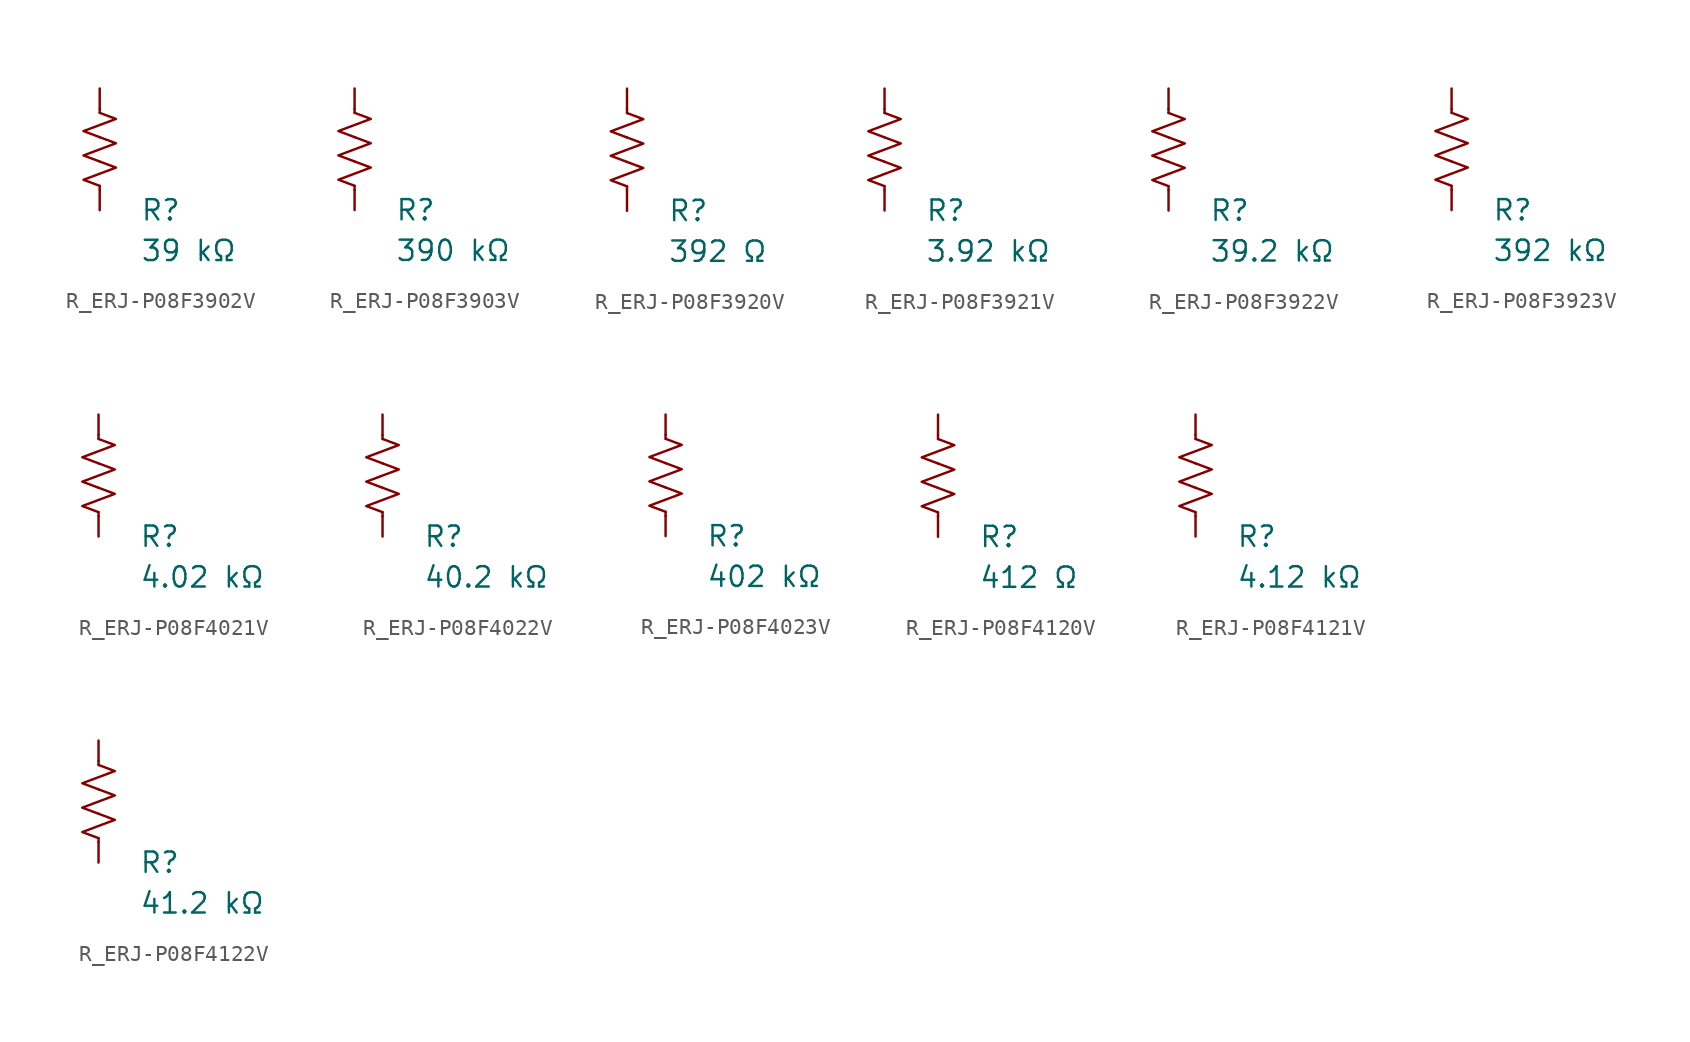
<source format=kicad_sym>
(kicad_symbol_lib
  (version 20231120)
  (generator "kicad_symbol_editor")
  (generator_version "8.0")
  (symbol "R_ERJ-P08F3902V"
    (pin_numbers hide)
    (pin_names
      (offset 0))
    (property "Reference" "R"
      (at 2.54 -3.81 0)
      (effects (font (size 1.27 1.27)) (justify left))
      (show_name no))
    (property "Value" "39 kΩ"
      (at 2.54 -6.35 0)
      (effects (font (size 1.27 1.27)) (justify left))
      (show_name no))
    (symbol "R_ERJ-P08F3902V_0_1"
      (polyline (pts (xy 0 -2.286) (xy 0 -2.54)) (stroke (width 0) (type default)) (fill (type none)))
      (polyline (pts (xy 0 2.286) (xy 0 2.54)) (stroke (width 0) (type default)) (fill (type none)))
      (polyline (pts (xy 0 -0.762) (xy 1.016 -1.143) (xy 0 -1.524) (xy -1.016 -1.905) (xy 0 -2.286)) (stroke (width 0) (type default)) (fill (type none)))
      (polyline (pts (xy 0 0.762) (xy 1.016 0.381) (xy 0 0) (xy -1.016 -0.381) (xy 0 -0.762)) (stroke (width 0) (type default)) (fill (type none)))
      (polyline (pts (xy 0 2.286) (xy 1.016 1.905) (xy 0 1.524) (xy -1.016 1.143) (xy 0 0.762)) (stroke (width 0) (type default)) (fill (type none))))
    (symbol "R_ERJ-P08F3902V_1_1"
      (pin passive line (at 0 3.81 270) (length 1.27) (name "~" (effects (font (size 1.27 1.27)))) (number "1" (effects (font (size 1.27 1.27)))))
      (pin passive line (at 0 -3.81 90) (length 1.27) (name "~" (effects (font (size 1.27 1.27)))) (number "2" (effects (font (size 1.27 1.27)))))))
  (symbol "R_ERJ-P08F3903V"
    (pin_numbers hide)
    (pin_names
      (offset 0))
    (property "Reference" "R"
      (at 2.54 -3.81 0)
      (effects (font (size 1.27 1.27)) (justify left))
      (show_name no))
    (property "Value" "390 kΩ"
      (at 2.54 -6.35 0)
      (effects (font (size 1.27 1.27)) (justify left))
      (show_name no))
    (symbol "R_ERJ-P08F3903V_0_1"
      (polyline (pts (xy 0 -2.286) (xy 0 -2.54)) (stroke (width 0) (type default)) (fill (type none)))
      (polyline (pts (xy 0 2.286) (xy 0 2.54)) (stroke (width 0) (type default)) (fill (type none)))
      (polyline (pts (xy 0 -0.762) (xy 1.016 -1.143) (xy 0 -1.524) (xy -1.016 -1.905) (xy 0 -2.286)) (stroke (width 0) (type default)) (fill (type none)))
      (polyline (pts (xy 0 0.762) (xy 1.016 0.381) (xy 0 0) (xy -1.016 -0.381) (xy 0 -0.762)) (stroke (width 0) (type default)) (fill (type none)))
      (polyline (pts (xy 0 2.286) (xy 1.016 1.905) (xy 0 1.524) (xy -1.016 1.143) (xy 0 0.762)) (stroke (width 0) (type default)) (fill (type none))))
    (symbol "R_ERJ-P08F3903V_1_1"
      (pin passive line (at 0 3.81 270) (length 1.27) (name "~" (effects (font (size 1.27 1.27)))) (number "1" (effects (font (size 1.27 1.27)))))
      (pin passive line (at 0 -3.81 90) (length 1.27) (name "~" (effects (font (size 1.27 1.27)))) (number "2" (effects (font (size 1.27 1.27)))))))
  (symbol "R_ERJ-P08F3920V"
    (pin_numbers hide)
    (pin_names
      (offset 0))
    (property "Reference" "R"
      (at 2.54 -3.81 0)
      (effects (font (size 1.27 1.27)) (justify left))
      (show_name no))
    (property "Value" "392 Ω"
      (at 2.54 -6.35 0)
      (effects (font (size 1.27 1.27)) (justify left))
      (show_name no))
    (symbol "R_ERJ-P08F3920V_0_1"
      (polyline (pts (xy 0 -2.286) (xy 0 -2.54)) (stroke (width 0) (type default)) (fill (type none)))
      (polyline (pts (xy 0 2.286) (xy 0 2.54)) (stroke (width 0) (type default)) (fill (type none)))
      (polyline (pts (xy 0 -0.762) (xy 1.016 -1.143) (xy 0 -1.524) (xy -1.016 -1.905) (xy 0 -2.286)) (stroke (width 0) (type default)) (fill (type none)))
      (polyline (pts (xy 0 0.762) (xy 1.016 0.381) (xy 0 0) (xy -1.016 -0.381) (xy 0 -0.762)) (stroke (width 0) (type default)) (fill (type none)))
      (polyline (pts (xy 0 2.286) (xy 1.016 1.905) (xy 0 1.524) (xy -1.016 1.143) (xy 0 0.762)) (stroke (width 0) (type default)) (fill (type none))))
    (symbol "R_ERJ-P08F3920V_1_1"
      (pin passive line (at 0 3.81 270) (length 1.27) (name "~" (effects (font (size 1.27 1.27)))) (number "1" (effects (font (size 1.27 1.27)))))
      (pin passive line (at 0 -3.81 90) (length 1.27) (name "~" (effects (font (size 1.27 1.27)))) (number "2" (effects (font (size 1.27 1.27)))))))
  (symbol "R_ERJ-P08F3921V"
    (pin_numbers hide)
    (pin_names
      (offset 0))
    (property "Reference" "R"
      (at 2.54 -3.81 0)
      (effects (font (size 1.27 1.27)) (justify left))
      (show_name no))
    (property "Value" "3.92 kΩ"
      (at 2.54 -6.35 0)
      (effects (font (size 1.27 1.27)) (justify left))
      (show_name no))
    (symbol "R_ERJ-P08F3921V_0_1"
      (polyline (pts (xy 0 -2.286) (xy 0 -2.54)) (stroke (width 0) (type default)) (fill (type none)))
      (polyline (pts (xy 0 2.286) (xy 0 2.54)) (stroke (width 0) (type default)) (fill (type none)))
      (polyline (pts (xy 0 -0.762) (xy 1.016 -1.143) (xy 0 -1.524) (xy -1.016 -1.905) (xy 0 -2.286)) (stroke (width 0) (type default)) (fill (type none)))
      (polyline (pts (xy 0 0.762) (xy 1.016 0.381) (xy 0 0) (xy -1.016 -0.381) (xy 0 -0.762)) (stroke (width 0) (type default)) (fill (type none)))
      (polyline (pts (xy 0 2.286) (xy 1.016 1.905) (xy 0 1.524) (xy -1.016 1.143) (xy 0 0.762)) (stroke (width 0) (type default)) (fill (type none))))
    (symbol "R_ERJ-P08F3921V_1_1"
      (pin passive line (at 0 3.81 270) (length 1.27) (name "~" (effects (font (size 1.27 1.27)))) (number "1" (effects (font (size 1.27 1.27)))))
      (pin passive line (at 0 -3.81 90) (length 1.27) (name "~" (effects (font (size 1.27 1.27)))) (number "2" (effects (font (size 1.27 1.27)))))))
  (symbol "R_ERJ-P08F3922V"
    (pin_numbers hide)
    (pin_names
      (offset 0))
    (property "Reference" "R"
      (at 2.54 -3.81 0)
      (effects (font (size 1.27 1.27)) (justify left))
      (show_name no))
    (property "Value" "39.2 kΩ"
      (at 2.54 -6.35 0)
      (effects (font (size 1.27 1.27)) (justify left))
      (show_name no))
    (symbol "R_ERJ-P08F3922V_0_1"
      (polyline (pts (xy 0 -2.286) (xy 0 -2.54)) (stroke (width 0) (type default)) (fill (type none)))
      (polyline (pts (xy 0 2.286) (xy 0 2.54)) (stroke (width 0) (type default)) (fill (type none)))
      (polyline (pts (xy 0 -0.762) (xy 1.016 -1.143) (xy 0 -1.524) (xy -1.016 -1.905) (xy 0 -2.286)) (stroke (width 0) (type default)) (fill (type none)))
      (polyline (pts (xy 0 0.762) (xy 1.016 0.381) (xy 0 0) (xy -1.016 -0.381) (xy 0 -0.762)) (stroke (width 0) (type default)) (fill (type none)))
      (polyline (pts (xy 0 2.286) (xy 1.016 1.905) (xy 0 1.524) (xy -1.016 1.143) (xy 0 0.762)) (stroke (width 0) (type default)) (fill (type none))))
    (symbol "R_ERJ-P08F3922V_1_1"
      (pin passive line (at 0 3.81 270) (length 1.27) (name "~" (effects (font (size 1.27 1.27)))) (number "1" (effects (font (size 1.27 1.27)))))
      (pin passive line (at 0 -3.81 90) (length 1.27) (name "~" (effects (font (size 1.27 1.27)))) (number "2" (effects (font (size 1.27 1.27)))))))
  (symbol "R_ERJ-P08F3923V"
    (pin_numbers hide)
    (pin_names
      (offset 0))
    (property "Reference" "R"
      (at 2.54 -3.81 0)
      (effects (font (size 1.27 1.27)) (justify left))
      (show_name no))
    (property "Value" "392 kΩ"
      (at 2.54 -6.35 0)
      (effects (font (size 1.27 1.27)) (justify left))
      (show_name no))
    (symbol "R_ERJ-P08F3923V_0_1"
      (polyline (pts (xy 0 -2.286) (xy 0 -2.54)) (stroke (width 0) (type default)) (fill (type none)))
      (polyline (pts (xy 0 2.286) (xy 0 2.54)) (stroke (width 0) (type default)) (fill (type none)))
      (polyline (pts (xy 0 -0.762) (xy 1.016 -1.143) (xy 0 -1.524) (xy -1.016 -1.905) (xy 0 -2.286)) (stroke (width 0) (type default)) (fill (type none)))
      (polyline (pts (xy 0 0.762) (xy 1.016 0.381) (xy 0 0) (xy -1.016 -0.381) (xy 0 -0.762)) (stroke (width 0) (type default)) (fill (type none)))
      (polyline (pts (xy 0 2.286) (xy 1.016 1.905) (xy 0 1.524) (xy -1.016 1.143) (xy 0 0.762)) (stroke (width 0) (type default)) (fill (type none))))
    (symbol "R_ERJ-P08F3923V_1_1"
      (pin passive line (at 0 3.81 270) (length 1.27) (name "~" (effects (font (size 1.27 1.27)))) (number "1" (effects (font (size 1.27 1.27)))))
      (pin passive line (at 0 -3.81 90) (length 1.27) (name "~" (effects (font (size 1.27 1.27)))) (number "2" (effects (font (size 1.27 1.27)))))))
  (symbol "R_ERJ-P08F4021V"
    (pin_numbers hide)
    (pin_names
      (offset 0))
    (property "Reference" "R"
      (at 2.54 -3.81 0)
      (effects (font (size 1.27 1.27)) (justify left))
      (show_name no))
    (property "Value" "4.02 kΩ"
      (at 2.54 -6.35 0)
      (effects (font (size 1.27 1.27)) (justify left))
      (show_name no))
    (symbol "R_ERJ-P08F4021V_0_1"
      (polyline (pts (xy 0 -2.286) (xy 0 -2.54)) (stroke (width 0) (type default)) (fill (type none)))
      (polyline (pts (xy 0 2.286) (xy 0 2.54)) (stroke (width 0) (type default)) (fill (type none)))
      (polyline (pts (xy 0 -0.762) (xy 1.016 -1.143) (xy 0 -1.524) (xy -1.016 -1.905) (xy 0 -2.286)) (stroke (width 0) (type default)) (fill (type none)))
      (polyline (pts (xy 0 0.762) (xy 1.016 0.381) (xy 0 0) (xy -1.016 -0.381) (xy 0 -0.762)) (stroke (width 0) (type default)) (fill (type none)))
      (polyline (pts (xy 0 2.286) (xy 1.016 1.905) (xy 0 1.524) (xy -1.016 1.143) (xy 0 0.762)) (stroke (width 0) (type default)) (fill (type none))))
    (symbol "R_ERJ-P08F4021V_1_1"
      (pin passive line (at 0 3.81 270) (length 1.27) (name "~" (effects (font (size 1.27 1.27)))) (number "1" (effects (font (size 1.27 1.27)))))
      (pin passive line (at 0 -3.81 90) (length 1.27) (name "~" (effects (font (size 1.27 1.27)))) (number "2" (effects (font (size 1.27 1.27)))))))
  (symbol "R_ERJ-P08F4022V"
    (pin_numbers hide)
    (pin_names
      (offset 0))
    (property "Reference" "R"
      (at 2.54 -3.81 0)
      (effects (font (size 1.27 1.27)) (justify left))
      (show_name no))
    (property "Value" "40.2 kΩ"
      (at 2.54 -6.35 0)
      (effects (font (size 1.27 1.27)) (justify left))
      (show_name no))
    (symbol "R_ERJ-P08F4022V_0_1"
      (polyline (pts (xy 0 -2.286) (xy 0 -2.54)) (stroke (width 0) (type default)) (fill (type none)))
      (polyline (pts (xy 0 2.286) (xy 0 2.54)) (stroke (width 0) (type default)) (fill (type none)))
      (polyline (pts (xy 0 -0.762) (xy 1.016 -1.143) (xy 0 -1.524) (xy -1.016 -1.905) (xy 0 -2.286)) (stroke (width 0) (type default)) (fill (type none)))
      (polyline (pts (xy 0 0.762) (xy 1.016 0.381) (xy 0 0) (xy -1.016 -0.381) (xy 0 -0.762)) (stroke (width 0) (type default)) (fill (type none)))
      (polyline (pts (xy 0 2.286) (xy 1.016 1.905) (xy 0 1.524) (xy -1.016 1.143) (xy 0 0.762)) (stroke (width 0) (type default)) (fill (type none))))
    (symbol "R_ERJ-P08F4022V_1_1"
      (pin passive line (at 0 3.81 270) (length 1.27) (name "~" (effects (font (size 1.27 1.27)))) (number "1" (effects (font (size 1.27 1.27)))))
      (pin passive line (at 0 -3.81 90) (length 1.27) (name "~" (effects (font (size 1.27 1.27)))) (number "2" (effects (font (size 1.27 1.27)))))))
  (symbol "R_ERJ-P08F4023V"
    (pin_numbers hide)
    (pin_names
      (offset 0))
    (property "Reference" "R"
      (at 2.54 -3.81 0)
      (effects (font (size 1.27 1.27)) (justify left))
      (show_name no))
    (property "Value" "402 kΩ"
      (at 2.54 -6.35 0)
      (effects (font (size 1.27 1.27)) (justify left))
      (show_name no))
    (symbol "R_ERJ-P08F4023V_0_1"
      (polyline (pts (xy 0 -2.286) (xy 0 -2.54)) (stroke (width 0) (type default)) (fill (type none)))
      (polyline (pts (xy 0 2.286) (xy 0 2.54)) (stroke (width 0) (type default)) (fill (type none)))
      (polyline (pts (xy 0 -0.762) (xy 1.016 -1.143) (xy 0 -1.524) (xy -1.016 -1.905) (xy 0 -2.286)) (stroke (width 0) (type default)) (fill (type none)))
      (polyline (pts (xy 0 0.762) (xy 1.016 0.381) (xy 0 0) (xy -1.016 -0.381) (xy 0 -0.762)) (stroke (width 0) (type default)) (fill (type none)))
      (polyline (pts (xy 0 2.286) (xy 1.016 1.905) (xy 0 1.524) (xy -1.016 1.143) (xy 0 0.762)) (stroke (width 0) (type default)) (fill (type none))))
    (symbol "R_ERJ-P08F4023V_1_1"
      (pin passive line (at 0 3.81 270) (length 1.27) (name "~" (effects (font (size 1.27 1.27)))) (number "1" (effects (font (size 1.27 1.27)))))
      (pin passive line (at 0 -3.81 90) (length 1.27) (name "~" (effects (font (size 1.27 1.27)))) (number "2" (effects (font (size 1.27 1.27)))))))
  (symbol "R_ERJ-P08F4120V"
    (pin_numbers hide)
    (pin_names
      (offset 0))
    (property "Reference" "R"
      (at 2.54 -3.81 0)
      (effects (font (size 1.27 1.27)) (justify left))
      (show_name no))
    (property "Value" "412 Ω"
      (at 2.54 -6.35 0)
      (effects (font (size 1.27 1.27)) (justify left))
      (show_name no))
    (symbol "R_ERJ-P08F4120V_0_1"
      (polyline (pts (xy 0 -2.286) (xy 0 -2.54)) (stroke (width 0) (type default)) (fill (type none)))
      (polyline (pts (xy 0 2.286) (xy 0 2.54)) (stroke (width 0) (type default)) (fill (type none)))
      (polyline (pts (xy 0 -0.762) (xy 1.016 -1.143) (xy 0 -1.524) (xy -1.016 -1.905) (xy 0 -2.286)) (stroke (width 0) (type default)) (fill (type none)))
      (polyline (pts (xy 0 0.762) (xy 1.016 0.381) (xy 0 0) (xy -1.016 -0.381) (xy 0 -0.762)) (stroke (width 0) (type default)) (fill (type none)))
      (polyline (pts (xy 0 2.286) (xy 1.016 1.905) (xy 0 1.524) (xy -1.016 1.143) (xy 0 0.762)) (stroke (width 0) (type default)) (fill (type none))))
    (symbol "R_ERJ-P08F4120V_1_1"
      (pin passive line (at 0 3.81 270) (length 1.27) (name "~" (effects (font (size 1.27 1.27)))) (number "1" (effects (font (size 1.27 1.27)))))
      (pin passive line (at 0 -3.81 90) (length 1.27) (name "~" (effects (font (size 1.27 1.27)))) (number "2" (effects (font (size 1.27 1.27)))))))
  (symbol "R_ERJ-P08F4121V"
    (pin_numbers hide)
    (pin_names
      (offset 0))
    (property "Reference" "R"
      (at 2.54 -3.81 0)
      (effects (font (size 1.27 1.27)) (justify left))
      (show_name no))
    (property "Value" "4.12 kΩ"
      (at 2.54 -6.35 0)
      (effects (font (size 1.27 1.27)) (justify left))
      (show_name no))
    (symbol "R_ERJ-P08F4121V_0_1"
      (polyline (pts (xy 0 -2.286) (xy 0 -2.54)) (stroke (width 0) (type default)) (fill (type none)))
      (polyline (pts (xy 0 2.286) (xy 0 2.54)) (stroke (width 0) (type default)) (fill (type none)))
      (polyline (pts (xy 0 -0.762) (xy 1.016 -1.143) (xy 0 -1.524) (xy -1.016 -1.905) (xy 0 -2.286)) (stroke (width 0) (type default)) (fill (type none)))
      (polyline (pts (xy 0 0.762) (xy 1.016 0.381) (xy 0 0) (xy -1.016 -0.381) (xy 0 -0.762)) (stroke (width 0) (type default)) (fill (type none)))
      (polyline (pts (xy 0 2.286) (xy 1.016 1.905) (xy 0 1.524) (xy -1.016 1.143) (xy 0 0.762)) (stroke (width 0) (type default)) (fill (type none))))
    (symbol "R_ERJ-P08F4121V_1_1"
      (pin passive line (at 0 3.81 270) (length 1.27) (name "~" (effects (font (size 1.27 1.27)))) (number "1" (effects (font (size 1.27 1.27)))))
      (pin passive line (at 0 -3.81 90) (length 1.27) (name "~" (effects (font (size 1.27 1.27)))) (number "2" (effects (font (size 1.27 1.27)))))))
  (symbol "R_ERJ-P08F4122V"
    (pin_numbers hide)
    (pin_names
      (offset 0))
    (property "Reference" "R"
      (at 2.54 -3.81 0)
      (effects (font (size 1.27 1.27)) (justify left))
      (show_name no))
    (property "Value" "41.2 kΩ"
      (at 2.54 -6.35 0)
      (effects (font (size 1.27 1.27)) (justify left))
      (show_name no))
    (symbol "R_ERJ-P08F4122V_0_1"
      (polyline (pts (xy 0 -2.286) (xy 0 -2.54)) (stroke (width 0) (type default)) (fill (type none)))
      (polyline (pts (xy 0 2.286) (xy 0 2.54)) (stroke (width 0) (type default)) (fill (type none)))
      (polyline (pts (xy 0 -0.762) (xy 1.016 -1.143) (xy 0 -1.524) (xy -1.016 -1.905) (xy 0 -2.286)) (stroke (width 0) (type default)) (fill (type none)))
      (polyline (pts (xy 0 0.762) (xy 1.016 0.381) (xy 0 0) (xy -1.016 -0.381) (xy 0 -0.762)) (stroke (width 0) (type default)) (fill (type none)))
      (polyline (pts (xy 0 2.286) (xy 1.016 1.905) (xy 0 1.524) (xy -1.016 1.143) (xy 0 0.762)) (stroke (width 0) (type default)) (fill (type none))))
    (symbol "R_ERJ-P08F4122V_1_1"
      (pin passive line (at 0 3.81 270) (length 1.27) (name "~" (effects (font (size 1.27 1.27)))) (number "1" (effects (font (size 1.27 1.27)))))
      (pin passive line (at 0 -3.81 90) (length 1.27) (name "~" (effects (font (size 1.27 1.27)))) (number "2" (effects (font (size 1.27 1.27))))))))
</source>
